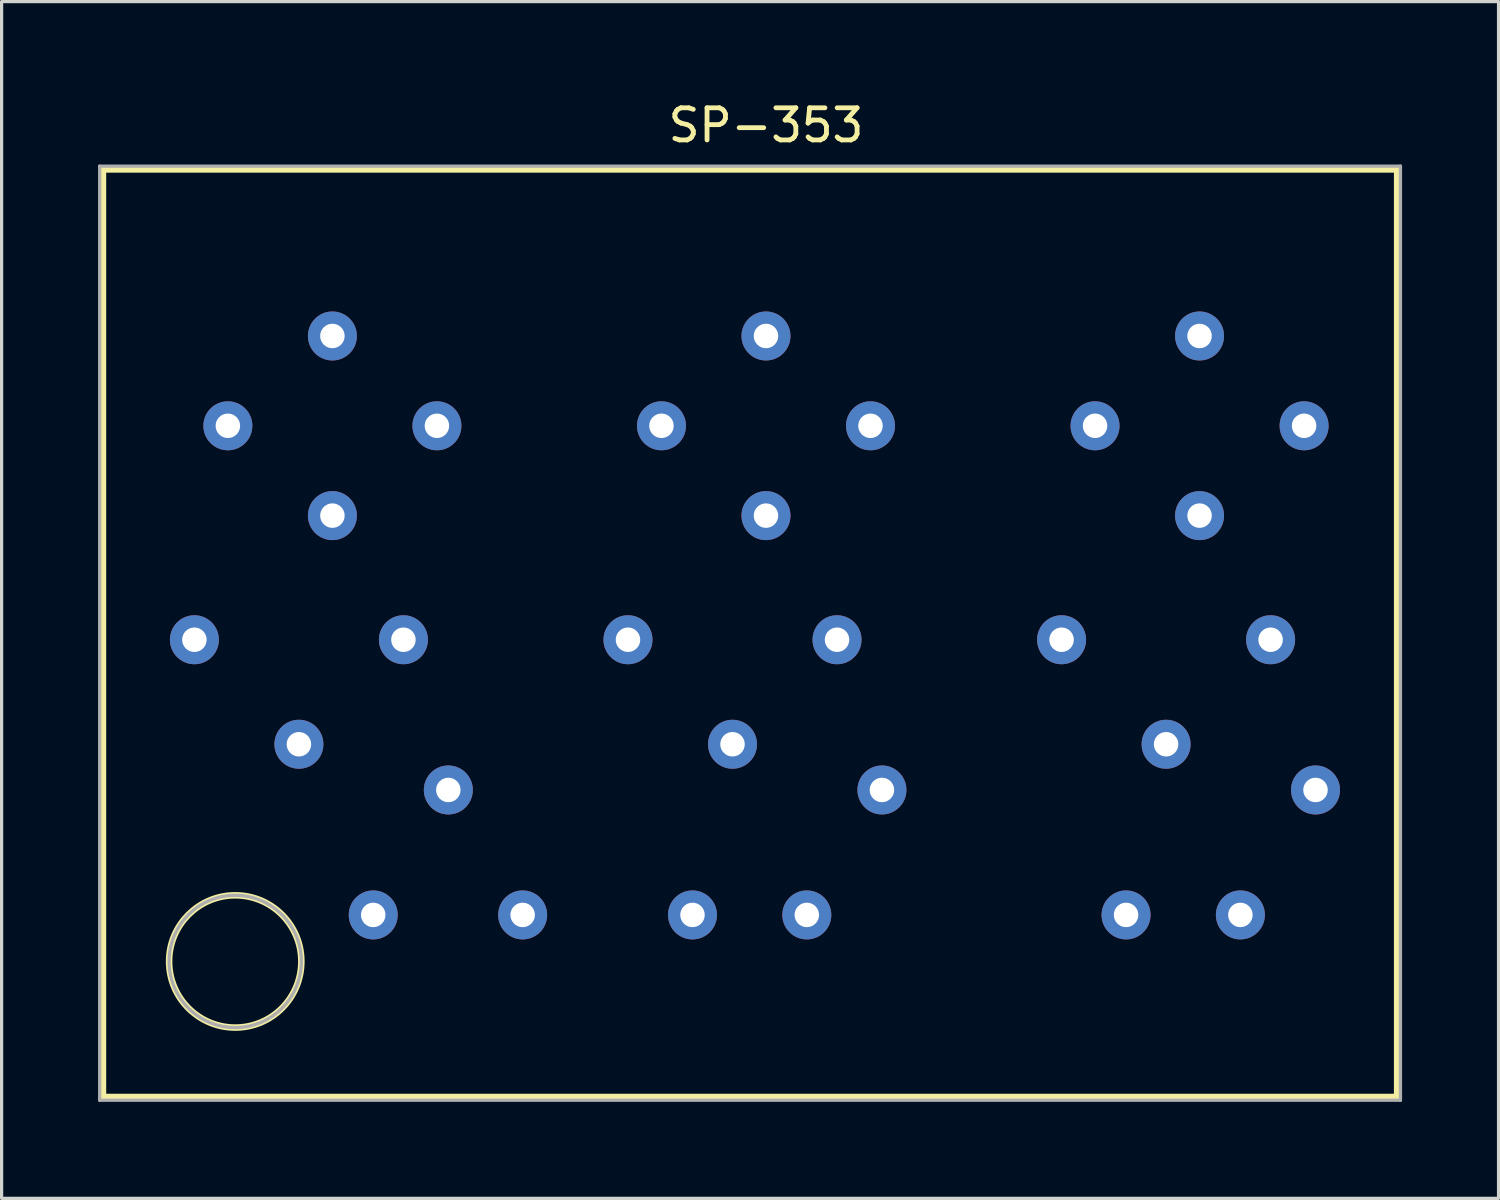
<source format=kicad_pcb>
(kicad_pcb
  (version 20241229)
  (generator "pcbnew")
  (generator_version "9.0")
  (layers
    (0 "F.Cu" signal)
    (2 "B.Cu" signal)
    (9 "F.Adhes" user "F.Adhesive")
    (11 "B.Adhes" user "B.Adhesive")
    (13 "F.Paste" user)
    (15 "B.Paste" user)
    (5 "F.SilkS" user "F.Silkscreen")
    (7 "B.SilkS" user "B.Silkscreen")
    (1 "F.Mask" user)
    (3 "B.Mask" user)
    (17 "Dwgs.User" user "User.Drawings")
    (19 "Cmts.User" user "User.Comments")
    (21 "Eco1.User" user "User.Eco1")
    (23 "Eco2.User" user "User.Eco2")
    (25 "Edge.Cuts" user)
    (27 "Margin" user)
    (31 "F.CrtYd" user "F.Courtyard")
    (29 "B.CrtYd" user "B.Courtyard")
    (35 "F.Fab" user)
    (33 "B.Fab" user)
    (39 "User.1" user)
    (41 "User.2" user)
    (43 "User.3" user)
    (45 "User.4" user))
  (footprint "SP-353"
    (layer "F.Cu")
    (at 20.777 12.989)
    (property "Reference" "SP-353" (at 0 -12.141 0) (layer "F.SilkS") (effects (font (size 1 1) (thickness 0.15))))
    (attr through_hole)
    (fp_line (start -20.625 -10.77) (end -20.625 18.085) (stroke (width 0.203) (type solid)) (layer "F.SilkS"))
    (fp_line (start -20.625 -10.77) (end 19.634 -10.77) (stroke (width 0.203) (type solid)) (layer "F.SilkS"))
    (fp_line (start -20.625 18.085) (end 19.634 18.085) (stroke (width 0.203) (type solid)) (layer "F.SilkS"))
    (fp_line (start 19.634 -10.77) (end 19.634 18.085) (stroke (width 0.203) (type solid)) (layer "F.SilkS"))
    (fp_circle (center -16.51 13.868) (end -14.453 13.868) (stroke (width 0.203) (type solid)) (fill no) (layer "F.SilkS"))
    (fp_line (start -20.726 -10.871) (end -20.726 18.186) (stroke (width 0.102) (type solid)) (layer "F.Fab"))
    (fp_line (start -20.726 -10.871) (end 19.736 -10.871) (stroke (width 0.102) (type solid)) (layer "F.Fab"))
    (fp_line (start -20.726 18.186) (end 19.736 18.186) (stroke (width 0.102) (type solid)) (layer "F.Fab"))
    (fp_line (start 19.736 -10.871) (end 19.736 18.186) (stroke (width 0.102) (type solid)) (layer "F.Fab"))
    (fp_circle (center -16.51 13.868) (end -14.453 13.868) (stroke (width 0.102) (type solid)) (fill no) (layer "F.Fab"))
    (pad "1" thru_hole circle (at 13.487 -5.588) (size 1.524 1.524) (drill 0.762) (layers "*.Cu" "*.Mask"))
    (pad "2" thru_hole circle (at 16.739 -2.794) (size 1.524 1.524) (drill 0.762) (layers "*.Cu" "*.Mask"))
    (pad "3" thru_hole circle (at 15.697 3.861) (size 1.524 1.524) (drill 0.762) (layers "*.Cu" "*.Mask"))
    (pad "4" thru_hole circle (at 12.446 7.112) (size 1.524 1.524) (drill 0.762) (layers "*.Cu" "*.Mask"))
    (pad "5" thru_hole circle (at 9.195 3.861) (size 1.524 1.524) (drill 0.762) (layers "*.Cu" "*.Mask"))
    (pad "6" thru_hole circle (at 10.236 -2.794) (size 1.524 1.524) (drill 0.762) (layers "*.Cu" "*.Mask"))
    (pad "7" thru_hole circle (at 13.487 0) (size 1.524 1.524) (drill 0.762) (layers "*.Cu" "*.Mask"))
    (pad "8" thru_hole circle (at 17.094 8.534) (size 1.524 1.524) (drill 0.762) (layers "*.Cu" "*.Mask"))
    (pad "9" thru_hole circle (at 14.757 12.421) (size 1.524 1.524) (drill 0.762) (layers "*.Cu" "*.Mask"))
    (pad "10" thru_hole circle (at 11.201 12.421) (size 1.524 1.524) (drill 0.762) (layers "*.Cu" "*.Mask"))
    (pad "11" thru_hole circle (at 0 -5.588) (size 1.524 1.524) (drill 0.762) (layers "*.Cu" "*.Mask"))
    (pad "12" thru_hole circle (at 3.251 -2.794) (size 1.524 1.524) (drill 0.762) (layers "*.Cu" "*.Mask"))
    (pad "13" thru_hole circle (at 2.21 3.861) (size 1.524 1.524) (drill 0.762) (layers "*.Cu" "*.Mask"))
    (pad "14" thru_hole circle (at -1.041 7.112) (size 1.524 1.524) (drill 0.762) (layers "*.Cu" "*.Mask"))
    (pad "15" thru_hole circle (at -4.293 3.861) (size 1.524 1.524) (drill 0.762) (layers "*.Cu" "*.Mask"))
    (pad "16" thru_hole circle (at -3.251 -2.794) (size 1.524 1.524) (drill 0.762) (layers "*.Cu" "*.Mask"))
    (pad "17" thru_hole circle (at 0 0) (size 1.524 1.524) (drill 0.762) (layers "*.Cu" "*.Mask"))
    (pad "18" thru_hole circle (at 3.607 8.534) (size 1.524 1.524) (drill 0.762) (layers "*.Cu" "*.Mask"))
    (pad "19" thru_hole circle (at 1.27 12.421) (size 1.524 1.524) (drill 0.762) (layers "*.Cu" "*.Mask"))
    (pad "20" thru_hole circle (at -2.286 12.421) (size 1.524 1.524) (drill 0.762) (layers "*.Cu" "*.Mask"))
    (pad "21" thru_hole circle (at -13.487 -5.588) (size 1.524 1.524) (drill 0.762) (layers "*.Cu" "*.Mask"))
    (pad "22" thru_hole circle (at -10.236 -2.794) (size 1.524 1.524) (drill 0.762) (layers "*.Cu" "*.Mask"))
    (pad "23" thru_hole circle (at -11.278 3.861) (size 1.524 1.524) (drill 0.762) (layers "*.Cu" "*.Mask"))
    (pad "24" thru_hole circle (at -14.529 7.112) (size 1.524 1.524) (drill 0.762) (layers "*.Cu" "*.Mask"))
    (pad "25" thru_hole circle (at -17.78 3.861) (size 1.524 1.524) (drill 0.762) (layers "*.Cu" "*.Mask"))
    (pad "26" thru_hole circle (at -16.739 -2.794) (size 1.524 1.524) (drill 0.762) (layers "*.Cu" "*.Mask"))
    (pad "27" thru_hole circle (at -13.487 0) (size 1.524 1.524) (drill 0.762) (layers "*.Cu" "*.Mask"))
    (pad "28" thru_hole circle (at -9.881 8.534) (size 1.524 1.524) (drill 0.762) (layers "*.Cu" "*.Mask"))
    (pad "29" thru_hole circle (at -12.217 12.421) (size 1.524 1.524) (drill 0.762) (layers "*.Cu" "*.Mask"))
    (pad "30" thru_hole circle (at -7.569 12.421) (size 1.524 1.524) (drill 0.762) (layers "*.Cu" "*.Mask")))
  (gr_rect
    (start -3 -3)
    (end 43.564 34.227)
    (stroke (width 0.1) (type default))
    (fill no)
    (layer "Edge.Cuts")))
</source>
